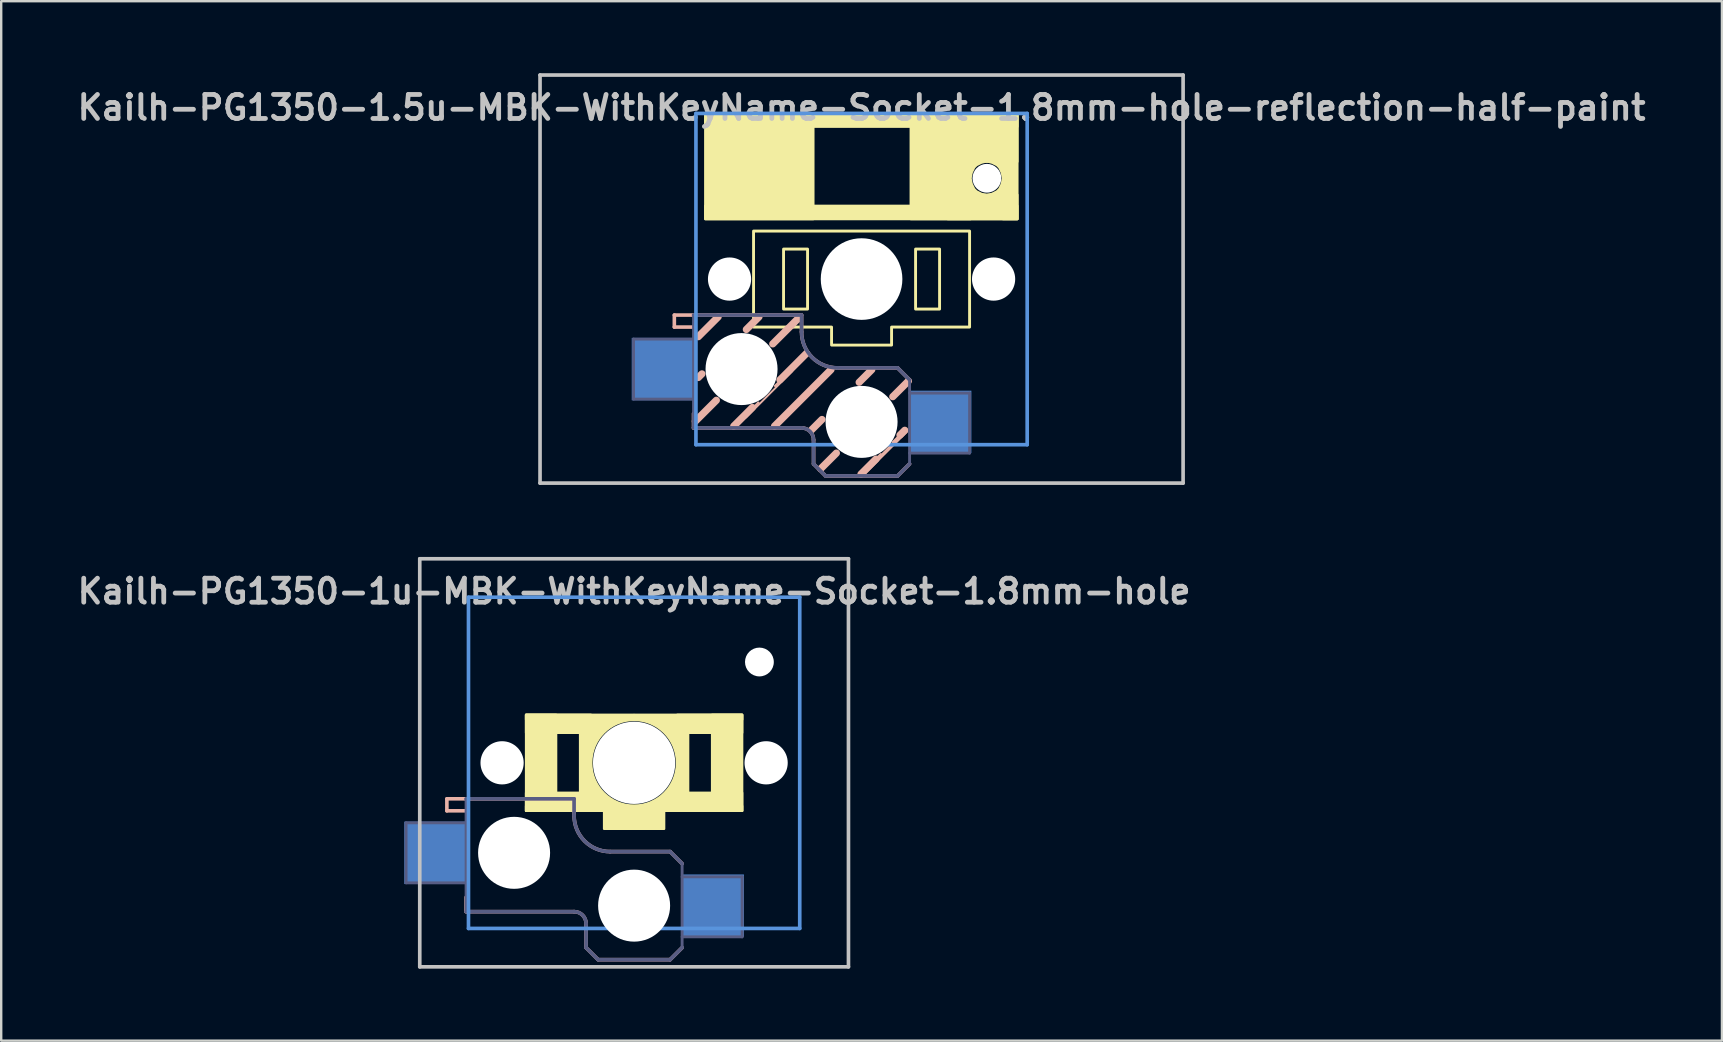
<source format=kicad_pcb>
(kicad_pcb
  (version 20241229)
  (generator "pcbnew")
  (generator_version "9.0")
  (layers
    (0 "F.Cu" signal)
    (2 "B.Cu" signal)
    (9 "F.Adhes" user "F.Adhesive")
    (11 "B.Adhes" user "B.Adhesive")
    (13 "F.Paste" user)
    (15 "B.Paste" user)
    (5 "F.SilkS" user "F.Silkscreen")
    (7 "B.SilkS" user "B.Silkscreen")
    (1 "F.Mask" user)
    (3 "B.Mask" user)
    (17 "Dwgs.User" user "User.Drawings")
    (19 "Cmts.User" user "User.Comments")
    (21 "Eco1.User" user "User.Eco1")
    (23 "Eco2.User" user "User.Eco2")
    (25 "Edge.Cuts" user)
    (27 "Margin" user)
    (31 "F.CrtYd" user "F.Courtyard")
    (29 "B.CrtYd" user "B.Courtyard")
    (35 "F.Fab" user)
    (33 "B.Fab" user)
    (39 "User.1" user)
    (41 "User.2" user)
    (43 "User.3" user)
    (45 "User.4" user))
  (footprint "Kailh-PG1350-1u-MBK-WithKeyName-Socket-1.8mm-hole"
    (layer "F.Cu")
    (at 23.367 28.729)
    (property "Reference" "Kailh-PG1350-1u-MBK-WithKeyName-Socket-1.8mm-hole" (at 0 -7.144 180) (layer "Dwgs.User") (effects (font (size 1 1) (thickness 0.2))))
    (attr through_hole)
    (fp_circle (center 0 0) (end 1.887 0) (stroke (width 0.3) (type solid)) (fill no) (layer "F.SilkS"))
    (fp_poly (pts (xy -1.85 0.95) (xy -1 1.8) (xy -1.85 1.8)) (stroke (width 0.12) (type solid)) (fill yes) (layer "F.SilkS"))
    (fp_poly (pts (xy -0.95 -1.75) (xy -1.8 -0.9) (xy -1.8 -1.75)) (stroke (width 0.12) (type solid)) (fill yes) (layer "F.SilkS"))
    (fp_poly (pts (xy 1 1.8) (xy 1.85 0.95) (xy 1.85 1.8)) (stroke (width 0.12) (type solid)) (fill yes) (layer "F.SilkS"))
    (fp_poly (pts (xy 1.8 -0.95) (xy 0.95 -1.8) (xy 1.8 -1.8)) (stroke (width 0.12) (type solid)) (fill yes) (layer "F.SilkS"))
    (fp_poly (pts (xy -3.25 2) (xy -4.5 2) (xy -4.5 -2) (xy -3.25 -2)) (stroke (width 0.1) (type solid)) (fill yes) (layer "F.SilkS"))
    (fp_poly (pts (xy -1.8 -1.25) (xy -4.5 -1.25) (xy -4.5 -2) (xy -1.8 -2)) (stroke (width 0.1) (type solid)) (fill yes) (layer "F.SilkS"))
    (fp_poly (pts (xy -1.8 2) (xy -4.5 2) (xy -4.5 1.25) (xy -1.8 1.25)) (stroke (width 0.1) (type solid)) (fill yes) (layer "F.SilkS"))
    (fp_poly (pts (xy -1.8 2) (xy -2.25 2) (xy -2.25 -1.5) (xy -1.8 -1.5)) (stroke (width 0.1) (type solid)) (fill yes) (layer "F.SilkS"))
    (fp_poly (pts (xy 1.25 2.75) (xy -1.25 2.75) (xy -1.25 2) (xy 1.25 2)) (stroke (width 0.1) (type solid)) (fill yes) (layer "F.SilkS"))
    (fp_poly (pts (xy 2.25 2) (xy 1.8 2) (xy 1.8 -1.5) (xy 2.25 -1.5)) (stroke (width 0.1) (type solid)) (fill yes) (layer "F.SilkS"))
    (fp_poly (pts (xy 4.5 -1.8) (xy -4.5 -1.8) (xy -4.5 -2) (xy 4.5 -2)) (stroke (width 0.1) (type solid)) (fill yes) (layer "F.SilkS"))
    (fp_poly (pts (xy 4.5 -1.25) (xy 1.8 -1.25) (xy 1.8 -2) (xy 4.5 -2)) (stroke (width 0.1) (type solid)) (fill yes) (layer "F.SilkS"))
    (fp_poly (pts (xy 4.5 2) (xy -4.5 2) (xy -4.5 1.8) (xy 4.5 1.8)) (stroke (width 0.1) (type solid)) (fill yes) (layer "F.SilkS"))
    (fp_poly (pts (xy 4.5 2) (xy 1.8 2) (xy 1.8 1.25) (xy 4.5 1.25)) (stroke (width 0.1) (type solid)) (fill yes) (layer "F.SilkS"))
    (fp_poly (pts (xy 4.5 2) (xy 3.25 2) (xy 3.25 -2) (xy 4.5 -2)) (stroke (width 0.1) (type solid)) (fill yes) (layer "F.SilkS"))
    (fp_line (start -7.8 1.5) (end -7.8 2) (stroke (width 0.15) (type solid)) (layer "B.SilkS"))
    (fp_line (start -7 2) (end -7.8 2) (stroke (width 0.15) (type solid)) (layer "B.SilkS"))
    (fp_line (start -7 5.6) (end -7 6.2) (stroke (width 0.15) (type solid)) (layer "B.SilkS"))
    (fp_line (start -7 6.2) (end -2.5 6.2) (stroke (width 0.15) (type solid)) (layer "B.SilkS"))
    (fp_line (start -2.5 1.5) (end -7.8 1.5) (stroke (width 0.15) (type solid)) (layer "B.SilkS"))
    (fp_line (start -2.5 2.2) (end -2.5 1.5) (stroke (width 0.15) (type solid)) (layer "B.SilkS"))
    (fp_line (start -2 6.7) (end -2 7.7) (stroke (width 0.15) (type solid)) (layer "B.SilkS"))
    (fp_line (start -1.5 8.2) (end -2 7.7) (stroke (width 0.15) (type solid)) (layer "B.SilkS"))
    (fp_line (start 1.5 3.7) (end -1 3.7) (stroke (width 0.15) (type solid)) (layer "B.SilkS"))
    (fp_line (start 1.5 8.2) (end -1.5 8.2) (stroke (width 0.15) (type solid)) (layer "B.SilkS"))
    (fp_line (start 2 4.2) (end 1.5 3.7) (stroke (width 0.15) (type solid)) (layer "B.SilkS"))
    (fp_line (start 2 7.7) (end 1.5 8.2) (stroke (width 0.15) (type solid)) (layer "B.SilkS"))
    (fp_arc (start -2.5 6.2) (mid -2.146447 6.346447) (end -2 6.7) (stroke (width 0.15) (type solid)) (layer "B.SilkS"))
    (fp_arc (start -1 3.7) (mid -2.06066 3.26066) (end -2.5 2.2) (stroke (width 0.15) (type solid)) (layer "B.SilkS"))
    (fp_line (start -8.93 -8.5) (end 8.93 -8.5) (stroke (width 0.152) (type solid)) (layer "Dwgs.User"))
    (fp_line (start -8.93 8.5) (end -8.93 -8.5) (stroke (width 0.152) (type solid)) (layer "Dwgs.User"))
    (fp_line (start 8.93 -8.5) (end 8.93 8.5) (stroke (width 0.152) (type solid)) (layer "Dwgs.User"))
    (fp_line (start 8.93 8.5) (end -8.93 8.5) (stroke (width 0.152) (type solid)) (layer "Dwgs.User"))
    (fp_line (start -6.9 -6.9) (end 6.9 -6.9) (stroke (width 0.152) (type solid)) (layer "Cmts.User"))
    (fp_line (start -6.9 6.9) (end -6.9 -6.9) (stroke (width 0.152) (type solid)) (layer "Cmts.User"))
    (fp_line (start 6.9 -6.9) (end 6.9 6.9) (stroke (width 0.152) (type solid)) (layer "Cmts.User"))
    (fp_line (start 6.9 6.9) (end -6.9 6.9) (stroke (width 0.152) (type solid)) (layer "Cmts.User"))
    (fp_line (start -7.5 -7.5) (end 7.5 -7.5) (stroke (width 0.152) (type solid)) (layer "Eco2.User"))
    (fp_line (start -7.5 7.5) (end -7.5 -7.5) (stroke (width 0.152) (type solid)) (layer "Eco2.User"))
    (fp_line (start -2.6 -3.1) (end -2.6 -6.3) (stroke (width 0.15) (type solid)) (layer "Eco2.User"))
    (fp_line (start -2.6 -3.1) (end 2.6 -3.1) (stroke (width 0.15) (type solid)) (layer "Eco2.User"))
    (fp_line (start 2.6 -6.3) (end -2.6 -6.3) (stroke (width 0.15) (type solid)) (layer "Eco2.User"))
    (fp_line (start 2.6 -3.1) (end 2.6 -6.3) (stroke (width 0.15) (type solid)) (layer "Eco2.User"))
    (fp_line (start 7.5 -7.5) (end 7.5 7.5) (stroke (width 0.152) (type solid)) (layer "Eco2.User"))
    (fp_line (start 7.5 7.5) (end -7.5 7.5) (stroke (width 0.152) (type solid)) (layer "Eco2.User"))
    (fp_line (start -9.5 2.5) (end -7 2.5) (stroke (width 0.12) (type solid)) (layer "B.Fab"))
    (fp_line (start -9.5 5) (end -9.5 2.5) (stroke (width 0.12) (type solid)) (layer "B.Fab"))
    (fp_line (start -7 1.5) (end -7 6.2) (stroke (width 0.12) (type solid)) (layer "B.Fab"))
    (fp_line (start -7 5) (end -9.5 5) (stroke (width 0.12) (type solid)) (layer "B.Fab"))
    (fp_line (start -7 6.2) (end -2.5 6.2) (stroke (width 0.15) (type solid)) (layer "B.Fab"))
    (fp_line (start -2.5 1.5) (end -7 1.5) (stroke (width 0.15) (type solid)) (layer "B.Fab"))
    (fp_line (start -2.5 2.2) (end -2.5 1.5) (stroke (width 0.15) (type solid)) (layer "B.Fab"))
    (fp_line (start -2 6.7) (end -2 7.7) (stroke (width 0.15) (type solid)) (layer "B.Fab"))
    (fp_line (start -1.5 8.2) (end -2 7.7) (stroke (width 0.15) (type solid)) (layer "B.Fab"))
    (fp_line (start 1.5 3.7) (end -1 3.7) (stroke (width 0.15) (type solid)) (layer "B.Fab"))
    (fp_line (start 1.5 8.2) (end -1.5 8.2) (stroke (width 0.15) (type solid)) (layer "B.Fab"))
    (fp_line (start 2 4.2) (end 1.5 3.7) (stroke (width 0.15) (type solid)) (layer "B.Fab"))
    (fp_line (start 2 4.25) (end 2 7.7) (stroke (width 0.12) (type solid)) (layer "B.Fab"))
    (fp_line (start 2 4.75) (end 4.5 4.75) (stroke (width 0.12) (type solid)) (layer "B.Fab"))
    (fp_line (start 2 7.7) (end 1.5 8.2) (stroke (width 0.15) (type solid)) (layer "B.Fab"))
    (fp_line (start 4.5 4.75) (end 4.5 7.25) (stroke (width 0.12) (type solid)) (layer "B.Fab"))
    (fp_line (start 4.5 7.25) (end 2 7.25) (stroke (width 0.12) (type solid)) (layer "B.Fab"))
    (fp_arc (start -2.5 6.2) (mid -2.146447 6.346447) (end -2 6.7) (stroke (width 0.15) (type solid)) (layer "B.Fab"))
    (fp_arc (start -1 3.7) (mid -2.06066 3.26066) (end -2.5 2.2) (stroke (width 0.15) (type solid)) (layer "B.Fab"))
    (pad "" np_thru_hole circle (at -5.5 0 180) (size 1.8 1.8) (drill 1.8) (layers "*.Cu" "*.Mask"))
    (pad "" np_thru_hole circle (at -5 3.75) (size 3 3) (drill 3) (layers "*.Cu" "*.Mask"))
    (pad "" np_thru_hole circle (at 0 0) (size 3.429 3.429) (drill 3.429) (layers "*.Cu" "*.Mask"))
    (pad "" np_thru_hole circle (at 0 5.95) (size 3 3) (drill 3) (layers "*.Cu" "*.Mask"))
    (pad "" np_thru_hole circle (at 5.22 -4.2 180) (size 1.2 1.2) (drill 1.2) (layers "*.Cu" "*.Mask"))
    (pad "" np_thru_hole circle (at 5.5 0 180) (size 1.8 1.8) (drill 1.8) (layers "*.Cu" "*.Mask"))
    (pad "1" smd rect (at 3.275 5.95) (size 2.6 2.6) (layers "B.Cu" "B.Mask" "B.Paste"))
    (pad "2" smd rect (at -8.275 3.75) (size 2.6 2.6) (layers "B.Cu" "B.Mask" "B.Paste")))
  (footprint "Kailh-PG1350-1.5u-MBK-WithKeyName-Socket-1.8mm-hole-reflection-half-paint"
    (layer "F.Cu")
    (at 32.843 8.576)
    (property "Reference" "Kailh-PG1350-1.5u-MBK-WithKeyName-Socket-1.8mm-hole-reflection-half-paint" (at 0 -7.144 180) (layer "Dwgs.User") (effects (font (size 1 1) (thickness 0.2))))
    (attr through_hole)
    (fp_rect (start -3.25 -1.25) (end -2.25 1.25) (stroke (width 0.12) (type solid)) (fill no) (layer "F.SilkS"))
    (fp_rect (start 2.25 -1.25) (end 3.25 1.25) (stroke (width 0.12) (type solid)) (fill no) (layer "F.SilkS"))
    (fp_poly (pts (xy -2.01 -6.9) (xy -6.51 -6.9) (xy -6.51 -2.5) (xy -2.01 -2.5)) (stroke (width 0.1) (type solid)) (fill yes) (layer "F.SilkS"))
    (fp_poly (pts (xy 4.54 -6.9) (xy 2.05 -6.9) (xy 2.05 -2.5) (xy 4.54 -2.5)) (stroke (width 0.1) (type solid)) (fill yes) (layer "F.SilkS"))
    (fp_poly (pts (xy 6.49 -6.9) (xy -6.51 -6.9) (xy -6.51 -6.35) (xy 6.49 -6.35)) (stroke (width 0.1) (type solid)) (fill yes) (layer "F.SilkS"))
    (fp_poly (pts (xy 6.49 -6.9) (xy 3.59 -6.9) (xy 3.59 -4.89) (xy 6.49 -4.89)) (stroke (width 0.1) (type solid)) (fill yes) (layer "F.SilkS"))
    (fp_poly (pts (xy 6.49 -6.9) (xy 5.89 -6.9) (xy 5.89 -2.5) (xy 6.49 -2.5)) (stroke (width 0.1) (type solid)) (fill yes) (layer "F.SilkS"))
    (fp_poly (pts (xy 6.49 -3.51) (xy 3.59 -3.51) (xy 3.59 -2.5) (xy 6.49 -2.5)) (stroke (width 0.1) (type solid)) (fill yes) (layer "F.SilkS"))
    (fp_poly (pts (xy 6.49 -3.05) (xy -6.51 -3.05) (xy -6.51 -2.5) (xy 6.49 -2.5)) (stroke (width 0.1) (type solid)) (fill yes) (layer "F.SilkS"))
    (fp_poly (pts (xy 4.59 -4.45) (xy 4.69 -4.65) (xy 4.79 -4.75) (xy 4.99 -4.85) (xy 5.19 -4.9) (xy 4.54 -4.9) (xy 4.54 -4.25)) (stroke (width 0.1) (type solid)) (fill yes) (layer "F.SilkS"))
    (fp_poly (pts (xy 4.99 -3.55) (xy 4.79 -3.65) (xy 4.69 -3.75) (xy 4.59 -3.95) (xy 4.54 -4.15) (xy 4.54 -3.5) (xy 5.19 -3.5)) (stroke (width 0.1) (type solid)) (fill yes) (layer "F.SilkS"))
    (fp_poly (pts (xy 5.44 -4.85) (xy 5.64 -4.75) (xy 5.74 -4.65) (xy 5.84 -4.45) (xy 5.89 -4.25) (xy 5.89 -4.9) (xy 5.24 -4.9)) (stroke (width 0.1) (type solid)) (fill yes) (layer "F.SilkS"))
    (fp_poly (pts (xy 5.84 -3.95) (xy 5.74 -3.75) (xy 5.64 -3.65) (xy 5.44 -3.55) (xy 5.24 -3.5) (xy 5.89 -3.5) (xy 5.89 -4.15)) (stroke (width 0.1) (type solid)) (fill yes) (layer "F.SilkS"))
    (fp_poly (pts (xy 4.5 2) (xy 1.25 2) (xy 1.25 2.75) (xy -1.25 2.75) (xy -1.25 2) (xy -4.5 2) (xy -4.5 -2) (xy 4.5 -2)) (stroke (width 0.12) (type solid)) (fill no) (layer "F.SilkS"))
    (fp_line (start -7.8 1.5) (end -7.8 2) (stroke (width 0.15) (type solid)) (layer "B.SilkS"))
    (fp_line (start -7 2) (end -7.8 2) (stroke (width 0.15) (type solid)) (layer "B.SilkS"))
    (fp_line (start -7 5.6) (end -7 6.2) (stroke (width 0.15) (type solid)) (layer "B.SilkS"))
    (fp_line (start -7 6.2) (end -2.5 6.2) (stroke (width 0.15) (type solid)) (layer "B.SilkS"))
    (fp_line (start -6.925 5.925) (end -6.05 5.05) (stroke (width 0.3) (type solid)) (layer "B.SilkS"))
    (fp_line (start -6.8 2.4) (end -5.975 1.575) (stroke (width 0.3) (type solid)) (layer "B.SilkS"))
    (fp_line (start -6.8 4.1) (end -6.65 3.95) (stroke (width 0.3) (type solid)) (layer "B.SilkS"))
    (fp_line (start -5.362 6.213) (end -4.3 5.15) (stroke (width 0.1) (type solid)) (layer "B.SilkS"))
    (fp_line (start -5.325 6.125) (end -4.55 5.35) (stroke (width 0.3) (type solid)) (layer "B.SilkS"))
    (fp_line (start -4.812 5.763) (end -2.888 3.837) (stroke (width 0.08) (type solid)) (layer "B.SilkS"))
    (fp_line (start -4.8 2.1) (end -4.275 1.575) (stroke (width 0.3) (type solid)) (layer "B.SilkS"))
    (fp_line (start -3.7 2.7) (end -2.65 1.65) (stroke (width 0.3) (type solid)) (layer "B.SilkS"))
    (fp_line (start -3.625 6.125) (end -1.275 3.775) (stroke (width 0.3) (type solid)) (layer "B.SilkS"))
    (fp_line (start -3.6 4.45) (end -2.788 3.638) (stroke (width 0.1) (type solid)) (layer "B.SilkS"))
    (fp_line (start -3.4 4.2) (end -2.3 3.1) (stroke (width 0.3) (type solid)) (layer "B.SilkS"))
    (fp_line (start -2.5 1.5) (end -7.8 1.5) (stroke (width 0.15) (type solid)) (layer "B.SilkS"))
    (fp_line (start -2.5 2.2) (end -2.5 1.5) (stroke (width 0.15) (type solid)) (layer "B.SilkS"))
    (fp_line (start -2.075 6.275) (end -1.65 5.85) (stroke (width 0.3) (type solid)) (layer "B.SilkS"))
    (fp_line (start -2 6.7) (end -2 7.7) (stroke (width 0.15) (type solid)) (layer "B.SilkS"))
    (fp_line (start -1.7 7.9) (end -1.05 7.25) (stroke (width 0.3) (type solid)) (layer "B.SilkS"))
    (fp_line (start -1.5 8.2) (end -2 7.7) (stroke (width 0.15) (type solid)) (layer "B.SilkS"))
    (fp_line (start -0.1 4.3) (end 0.425 3.775) (stroke (width 0.3) (type solid)) (layer "B.SilkS"))
    (fp_line (start -0.025 8.125) (end 0.6 7.5) (stroke (width 0.3) (type solid)) (layer "B.SilkS"))
    (fp_line (start 0.037 8.062) (end 0.8 7.3) (stroke (width 0.1) (type solid)) (layer "B.SilkS"))
    (fp_line (start 0.037 8.162) (end 1.85 6.35) (stroke (width 0.15) (type solid)) (layer "B.SilkS"))
    (fp_line (start 1.3 4.9) (end 1.95 4.25) (stroke (width 0.3) (type solid)) (layer "B.SilkS"))
    (fp_line (start 1.3 6.8) (end 1.85 6.25) (stroke (width 0.1) (type solid)) (layer "B.SilkS"))
    (fp_line (start 1.5 3.7) (end -1 3.7) (stroke (width 0.15) (type solid)) (layer "B.SilkS"))
    (fp_line (start 1.5 8.2) (end -1.5 8.2) (stroke (width 0.15) (type solid)) (layer "B.SilkS"))
    (fp_line (start 1.6 6.5) (end 1.8 6.3) (stroke (width 0.3) (type solid)) (layer "B.SilkS"))
    (fp_line (start 2 4.2) (end 1.5 3.7) (stroke (width 0.15) (type solid)) (layer "B.SilkS"))
    (fp_line (start 2 7.7) (end 1.5 8.2) (stroke (width 0.15) (type solid)) (layer "B.SilkS"))
    (fp_arc (start -2.5 6.2) (mid -2.146447 6.346447) (end -2 6.7) (stroke (width 0.15) (type solid)) (layer "B.SilkS"))
    (fp_arc (start -1 3.7) (mid -2.06066 3.26066) (end -2.5 2.2) (stroke (width 0.15) (type solid)) (layer "B.SilkS"))
    (fp_line (start -13.395 -8.5) (end 13.395 -8.5) (stroke (width 0.152) (type solid)) (layer "Dwgs.User"))
    (fp_line (start -13.395 8.5) (end -13.395 -8.5) (stroke (width 0.152) (type solid)) (layer "Dwgs.User"))
    (fp_line (start 13.395 -8.5) (end 13.395 8.5) (stroke (width 0.152) (type solid)) (layer "Dwgs.User"))
    (fp_line (start 13.395 8.5) (end -13.395 8.5) (stroke (width 0.152) (type solid)) (layer "Dwgs.User"))
    (fp_line (start -6.9 -6.9) (end 6.9 -6.9) (stroke (width 0.152) (type solid)) (layer "Cmts.User"))
    (fp_line (start -6.9 6.9) (end -6.9 -6.9) (stroke (width 0.152) (type solid)) (layer "Cmts.User"))
    (fp_line (start 6.9 -6.9) (end 6.9 6.9) (stroke (width 0.152) (type solid)) (layer "Cmts.User"))
    (fp_line (start 6.9 6.9) (end -6.9 6.9) (stroke (width 0.152) (type solid)) (layer "Cmts.User"))
    (fp_line (start -7.5 -7.5) (end 7.5 -7.5) (stroke (width 0.152) (type solid)) (layer "Eco2.User"))
    (fp_line (start -7.5 7.5) (end -7.5 -7.5) (stroke (width 0.152) (type solid)) (layer "Eco2.User"))
    (fp_line (start -2.6 -3.1) (end -2.6 -6.3) (stroke (width 0.15) (type solid)) (layer "Eco2.User"))
    (fp_line (start -2.6 -3.1) (end 2.6 -3.1) (stroke (width 0.15) (type solid)) (layer "Eco2.User"))
    (fp_line (start 2.6 -6.3) (end -2.6 -6.3) (stroke (width 0.15) (type solid)) (layer "Eco2.User"))
    (fp_line (start 2.6 -3.1) (end 2.6 -6.3) (stroke (width 0.15) (type solid)) (layer "Eco2.User"))
    (fp_line (start 7.5 -7.5) (end 7.5 7.5) (stroke (width 0.152) (type solid)) (layer "Eco2.User"))
    (fp_line (start 7.5 7.5) (end -7.5 7.5) (stroke (width 0.152) (type solid)) (layer "Eco2.User"))
    (fp_line (start -9.5 2.5) (end -7 2.5) (stroke (width 0.12) (type solid)) (layer "B.Fab"))
    (fp_line (start -9.5 5) (end -9.5 2.5) (stroke (width 0.12) (type solid)) (layer "B.Fab"))
    (fp_line (start -7 1.5) (end -7 6.2) (stroke (width 0.12) (type solid)) (layer "B.Fab"))
    (fp_line (start -7 5) (end -9.5 5) (stroke (width 0.12) (type solid)) (layer "B.Fab"))
    (fp_line (start -7 6.2) (end -2.5 6.2) (stroke (width 0.15) (type solid)) (layer "B.Fab"))
    (fp_line (start -2.5 1.5) (end -7 1.5) (stroke (width 0.15) (type solid)) (layer "B.Fab"))
    (fp_line (start -2.5 2.2) (end -2.5 1.5) (stroke (width 0.15) (type solid)) (layer "B.Fab"))
    (fp_line (start -2 6.7) (end -2 7.7) (stroke (width 0.15) (type solid)) (layer "B.Fab"))
    (fp_line (start -1.5 8.2) (end -2 7.7) (stroke (width 0.15) (type solid)) (layer "B.Fab"))
    (fp_line (start 1.5 3.7) (end -1 3.7) (stroke (width 0.15) (type solid)) (layer "B.Fab"))
    (fp_line (start 1.5 8.2) (end -1.5 8.2) (stroke (width 0.15) (type solid)) (layer "B.Fab"))
    (fp_line (start 2 4.2) (end 1.5 3.7) (stroke (width 0.15) (type solid)) (layer "B.Fab"))
    (fp_line (start 2 4.25) (end 2 7.7) (stroke (width 0.12) (type solid)) (layer "B.Fab"))
    (fp_line (start 2 4.75) (end 4.5 4.75) (stroke (width 0.12) (type solid)) (layer "B.Fab"))
    (fp_line (start 2 7.7) (end 1.5 8.2) (stroke (width 0.15) (type solid)) (layer "B.Fab"))
    (fp_line (start 4.5 4.75) (end 4.5 7.25) (stroke (width 0.12) (type solid)) (layer "B.Fab"))
    (fp_line (start 4.5 7.25) (end 2 7.25) (stroke (width 0.12) (type solid)) (layer "B.Fab"))
    (fp_arc (start -2.5 6.2) (mid -2.146447 6.346447) (end -2 6.7) (stroke (width 0.15) (type solid)) (layer "B.Fab"))
    (fp_arc (start -1 3.7) (mid -2.06066 3.26066) (end -2.5 2.2) (stroke (width 0.15) (type solid)) (layer "B.Fab"))
    (pad "" np_thru_hole circle (at -5.5 0 180) (size 1.8 1.8) (drill 1.8) (layers "*.Cu" "*.Mask"))
    (pad "" np_thru_hole circle (at -5 3.75) (size 3 3) (drill 3) (layers "*.Cu" "*.Mask"))
    (pad "" np_thru_hole circle (at 0 0 180) (size 3.4 3.4) (drill 3.4) (layers "*.Cu" "*.Mask"))
    (pad "" np_thru_hole circle (at 0 5.95) (size 3 3) (drill 3) (layers "*.Cu" "*.Mask"))
    (pad "" np_thru_hole circle (at 5.22 -4.2 180) (size 1.2 1.2) (drill 1.2) (layers "*.Cu" "*.Mask"))
    (pad "" np_thru_hole circle (at 5.5 0 180) (size 1.8 1.8) (drill 1.8) (layers "*.Cu" "*.Mask"))
    (pad "1" smd rect (at 3.275 5.95) (size 2.6 2.6) (layers "B.Cu" "B.Mask" "B.Paste"))
    (pad "2" smd rect (at -8.275 3.75) (size 2.6 2.6) (layers "B.Cu" "B.Mask" "B.Paste")))
  (gr_rect
    (start -3 -3)
    (end 68.686 40.305)
    (stroke (width 0.1) (type default))
    (fill no)
    (layer "Edge.Cuts")))
</source>
